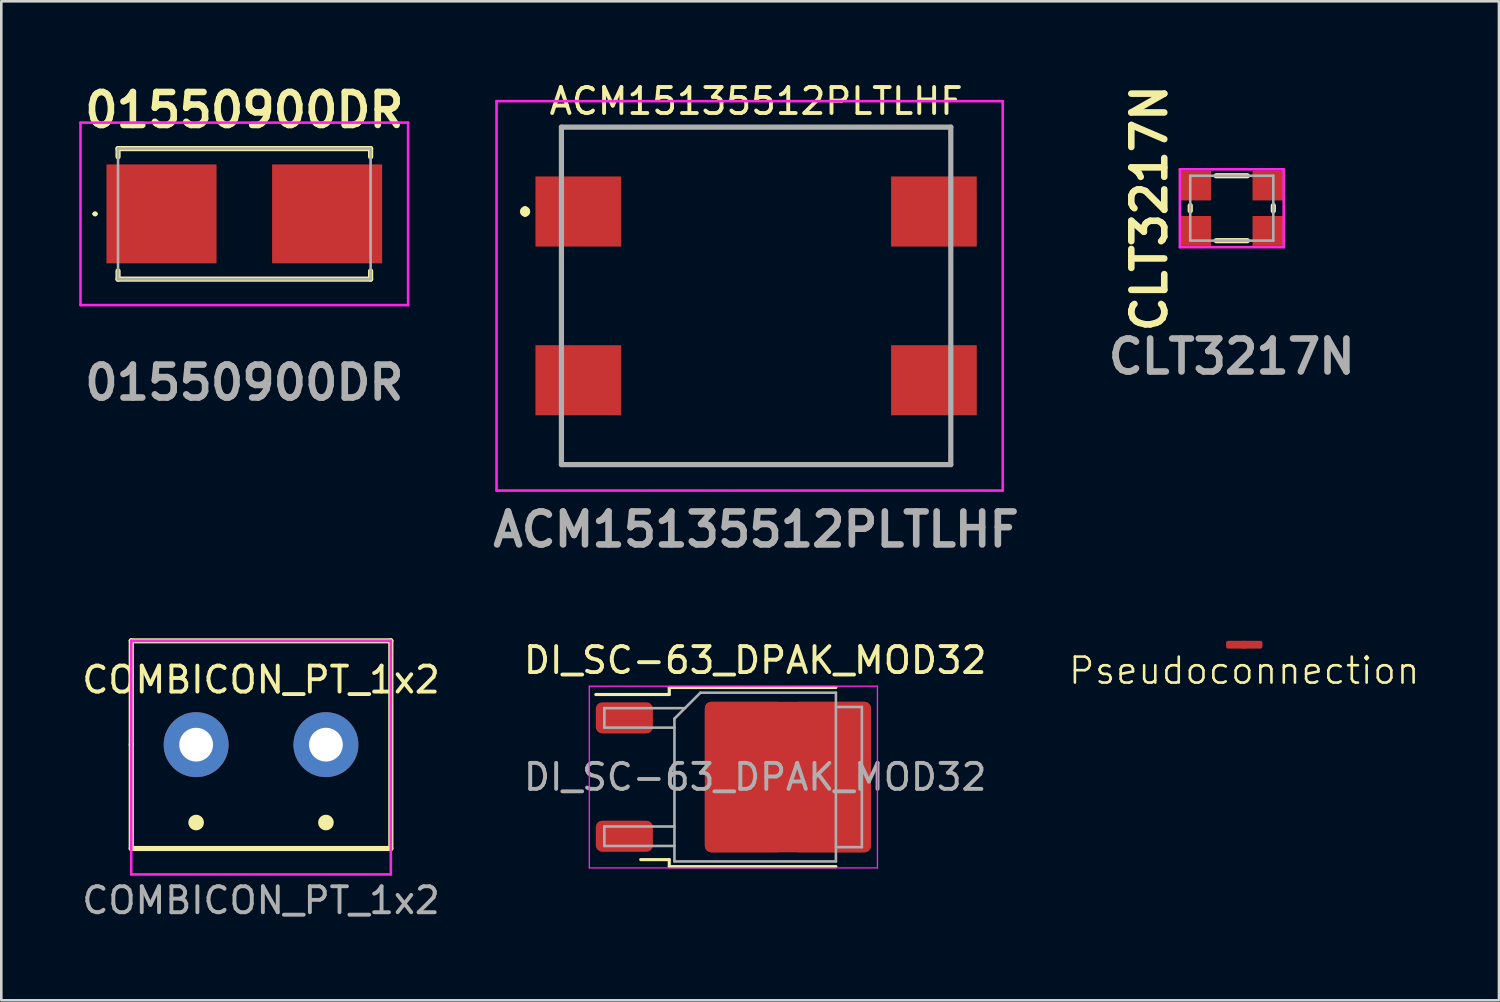
<source format=kicad_pcb>
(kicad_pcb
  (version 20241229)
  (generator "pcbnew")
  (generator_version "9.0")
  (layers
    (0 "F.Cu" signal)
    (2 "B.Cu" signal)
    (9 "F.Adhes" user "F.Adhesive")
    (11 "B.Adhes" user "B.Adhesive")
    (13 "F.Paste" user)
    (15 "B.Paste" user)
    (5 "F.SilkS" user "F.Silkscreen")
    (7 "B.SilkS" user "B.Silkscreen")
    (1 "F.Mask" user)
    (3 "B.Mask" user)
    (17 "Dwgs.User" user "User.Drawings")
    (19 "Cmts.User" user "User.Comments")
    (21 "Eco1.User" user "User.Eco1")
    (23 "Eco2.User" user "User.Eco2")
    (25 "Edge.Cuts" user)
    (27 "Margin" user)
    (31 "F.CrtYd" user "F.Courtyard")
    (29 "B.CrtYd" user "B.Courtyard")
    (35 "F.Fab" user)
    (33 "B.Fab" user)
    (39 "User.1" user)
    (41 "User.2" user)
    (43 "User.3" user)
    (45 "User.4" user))
  (footprint "ACM15135512PLTLHF"
    (layer "F.Cu")
    (at 26.078 8.348)
    (property "Reference" "ACM15135512PLTLHF" (at 0 -7.5 0) (layer "F.SilkS") (effects (font (size 1 1) (thickness 0.15))))
    (attr smd)
    (fp_line (start -8.9 -3.35) (end -8.9 -3.35) (stroke (width 0.2) (type solid)) (layer "F.SilkS"))
    (fp_line (start -8.9 -3.15) (end -8.9 -3.15) (stroke (width 0.2) (type solid)) (layer "F.SilkS"))
    (fp_line (start -7.5 -6.5) (end 7.5 -6.5) (stroke (width 0.15) (type solid)) (layer "F.SilkS"))
    (fp_line (start -7.5 -6) (end -7.5 -6.5) (stroke (width 0.15) (type solid)) (layer "F.SilkS"))
    (fp_line (start -7.5 6) (end -7.5 6.5) (stroke (width 0.15) (type solid)) (layer "F.SilkS"))
    (fp_line (start -7.5 6.5) (end 7.5 6.5) (stroke (width 0.15) (type solid)) (layer "F.SilkS"))
    (fp_line (start 7.5 -6.5) (end 7.5 -6) (stroke (width 0.15) (type solid)) (layer "F.SilkS"))
    (fp_line (start 7.5 6.5) (end 7.5 6) (stroke (width 0.15) (type solid)) (layer "F.SilkS"))
    (fp_arc (start -8.9 -3.35) (mid -8.8 -3.25) (end -8.9 -3.15) (stroke (width 0.2) (type solid)) (layer "F.SilkS"))
    (fp_arc (start -8.9 -3.15) (mid -9 -3.25) (end -8.9 -3.35) (stroke (width 0.2) (type solid)) (layer "F.SilkS"))
    (fp_line (start -10 -7.5) (end 9.5 -7.5) (stroke (width 0.1) (type solid)) (layer "F.CrtYd"))
    (fp_line (start -10 7.5) (end -10 -7.5) (stroke (width 0.1) (type solid)) (layer "F.CrtYd"))
    (fp_line (start 9.5 -7.5) (end 9.5 7.5) (stroke (width 0.1) (type solid)) (layer "F.CrtYd"))
    (fp_line (start 9.5 7.5) (end -10 7.5) (stroke (width 0.1) (type solid)) (layer "F.CrtYd"))
    (fp_line (start -7.5 -6.5) (end 7.5 -6.5) (stroke (width 0.2) (type solid)) (layer "F.Fab"))
    (fp_line (start -7.5 6.5) (end -7.5 -6.5) (stroke (width 0.2) (type solid)) (layer "F.Fab"))
    (fp_line (start 7.5 -6.5) (end 7.5 6.5) (stroke (width 0.2) (type solid)) (layer "F.Fab"))
    (fp_line (start 7.5 6.5) (end -7.5 6.5) (stroke (width 0.2) (type solid)) (layer "F.Fab"))
    (fp_text user "${REFERENCE}" (at 0 9 0) (layer "F.Fab") (effects (font (size 1.27 1.27) (thickness 0.254))))
    (pad "1" smd rect (at -6.85 -3.25 90) (size 2.7 3.3) (layers "F.Cu" "F.Mask" "F.Paste"))
    (pad "2" smd rect (at -6.85 3.25 90) (size 2.7 3.3) (layers "F.Cu" "F.Mask" "F.Paste"))
    (pad "3" smd rect (at 6.85 3.25 90) (size 2.7 3.3) (layers "F.Cu" "F.Mask" "F.Paste"))
    (pad "4" smd rect (at 6.85 -3.25 90) (size 2.7 3.3) (layers "F.Cu" "F.Mask" "F.Paste")))
  (footprint "Pseudoconnection"
    (layer "F.Cu")
    (at 44.883 21.787)
    (property "Reference" "Pseudoconnection" (at 0 1 0) (unlocked yes) (layer "F.SilkS") (effects (font (size 1 1) (thickness 0.1))))
    (pad "1" smd roundrect (at -0.6 0) (size 0.8 0.3) (drill (offset 0.3 0)) (layers "F.Cu") (roundrect_rratio 0.25))
    (pad "2" smd roundrect (at 0.6 0) (size 0.8 0.3) (drill (offset -0.3 0)) (layers "F.Cu") (roundrect_rratio 0.25)))
  (footprint "CLT3217N"
    (layer "F.Cu")
    (at 44.402 4.971)
    (property "Reference" "CLT3217N" (at -3.175 0 90) (layer "F.SilkS") (effects (font (size 1.27 1.27) (thickness 0.254))))
    (attr smd)
    (fp_line (start -1.6 -0.1) (end -1.6 0.1) (stroke (width 0.2) (type solid)) (layer "F.SilkS"))
    (fp_line (start -0.6 -1.25) (end 0.6 -1.25) (stroke (width 0.2) (type solid)) (layer "F.SilkS"))
    (fp_line (start -0.6 1.25) (end 0.6 1.25) (stroke (width 0.2) (type solid)) (layer "F.SilkS"))
    (fp_line (start 1.6 -0.1) (end 1.6 0.1) (stroke (width 0.2) (type solid)) (layer "F.SilkS"))
    (fp_line (start -2 -1.5) (end 2 -1.5) (stroke (width 0.1) (type solid)) (layer "F.CrtYd"))
    (fp_line (start -2 1.5) (end -2 -1.5) (stroke (width 0.1) (type solid)) (layer "F.CrtYd"))
    (fp_line (start 2 -1.5) (end 2 1.5) (stroke (width 0.1) (type solid)) (layer "F.CrtYd"))
    (fp_line (start 2 1.5) (end -2 1.5) (stroke (width 0.1) (type solid)) (layer "F.CrtYd"))
    (fp_line (start -1.6 -1.25) (end 1.6 -1.25) (stroke (width 0.1) (type solid)) (layer "F.Fab"))
    (fp_line (start -1.6 1.25) (end -1.6 -1.25) (stroke (width 0.1) (type solid)) (layer "F.Fab"))
    (fp_line (start 1.6 -1.25) (end 1.6 1.25) (stroke (width 0.1) (type solid)) (layer "F.Fab"))
    (fp_line (start 1.6 1.25) (end -1.6 1.25) (stroke (width 0.1) (type solid)) (layer "F.Fab"))
    (fp_text user "${REFERENCE}" (at 0 5.715 0) (layer "F.Fab") (effects (font (size 1.27 1.27) (thickness 0.254))))
    (pad "1" smd rect (at -1.4 0.875 90) (size 1.15 1.2) (layers "F.Cu" "F.Mask" "F.Paste"))
    (pad "2" smd rect (at -1.4 -0.875 90) (size 1.15 1.2) (layers "F.Cu" "F.Mask" "F.Paste"))
    (pad "3" smd rect (at 1.4 -0.875 90) (size 1.15 1.2) (layers "F.Cu" "F.Mask" "F.Paste"))
    (pad "4" smd rect (at 1.4 0.875 90) (size 1.15 1.2) (layers "F.Cu" "F.Mask" "F.Paste")))
  (footprint "01550900DR"
    (layer "F.Cu")
    (at 6.362 5.189)
    (property "Reference" "01550900DR" (at 0 -4 0) (layer "F.SilkS") (effects (font (size 1.27 1.27) (thickness 0.254))))
    (attr smd)
    (fp_line (start -5.8 0) (end -5.8 0) (stroke (width 0.1) (type solid)) (layer "F.SilkS"))
    (fp_line (start -5.7 0) (end -5.7 0) (stroke (width 0.1) (type solid)) (layer "F.SilkS"))
    (fp_line (start -4.865 -2.515) (end 4.865 -2.515) (stroke (width 0.2) (type solid)) (layer "F.SilkS"))
    (fp_line (start -4.865 -2.2) (end -4.865 -2.515) (stroke (width 0.2) (type solid)) (layer "F.SilkS"))
    (fp_line (start -4.865 2.515) (end -4.865 2.2) (stroke (width 0.2) (type solid)) (layer "F.SilkS"))
    (fp_line (start 4.865 -2.515) (end 4.865 -2.2) (stroke (width 0.2) (type solid)) (layer "F.SilkS"))
    (fp_line (start 4.865 2.2) (end 4.865 2.515) (stroke (width 0.2) (type solid)) (layer "F.SilkS"))
    (fp_line (start 4.865 2.515) (end -4.865 2.515) (stroke (width 0.2) (type solid)) (layer "F.SilkS"))
    (fp_arc (start -5.8 0) (mid -5.75 -0.05) (end -5.7 0) (stroke (width 0.1) (type solid)) (layer "F.SilkS"))
    (fp_arc (start -5.7 0) (mid -5.75 0.05) (end -5.8 0) (stroke (width 0.1) (type solid)) (layer "F.SilkS"))
    (fp_line (start -6.31 -3.515) (end 6.31 -3.515) (stroke (width 0.1) (type solid)) (layer "F.CrtYd"))
    (fp_line (start -6.31 3.515) (end -6.31 -3.515) (stroke (width 0.1) (type solid)) (layer "F.CrtYd"))
    (fp_line (start 6.31 -3.515) (end 6.31 3.515) (stroke (width 0.1) (type solid)) (layer "F.CrtYd"))
    (fp_line (start 6.31 3.515) (end -6.31 3.515) (stroke (width 0.1) (type solid)) (layer "F.CrtYd"))
    (fp_line (start -4.865 -2.515) (end 4.865 -2.515) (stroke (width 0.1) (type solid)) (layer "F.Fab"))
    (fp_line (start -4.865 2.515) (end -4.865 -2.515) (stroke (width 0.1) (type solid)) (layer "F.Fab"))
    (fp_line (start 4.865 -2.515) (end 4.865 2.515) (stroke (width 0.1) (type solid)) (layer "F.Fab"))
    (fp_line (start 4.865 2.515) (end -4.865 2.515) (stroke (width 0.1) (type solid)) (layer "F.Fab"))
    (fp_text user "${REFERENCE}" (at 0 6.5 0) (layer "F.Fab") (effects (font (size 1.27 1.27) (thickness 0.254))))
    (pad "1" smd rect (at -3.19 0 90) (size 3.81 4.24) (layers "F.Cu" "F.Mask" "F.Paste"))
    (pad "2" smd rect (at 3.19 0 90) (size 3.81 4.24) (layers "F.Cu" "F.Mask" "F.Paste")))
  (footprint "COMBICON_PT_1x2"
    (layer "F.Cu")
    (at 7.006 25.637)
    (property "Reference" "COMBICON_PT_1x2" (at 0 -2.5 0) (unlocked yes) (layer "F.SilkS") (effects (font (size 1 1) (thickness 0.15))))
    (attr through_hole)
    (fp_line (start -5 -4) (end 5 -4) (stroke (width 0.2) (type default)) (layer "F.SilkS"))
    (fp_line (start -5 0) (end -5 -4) (stroke (width 0.2) (type default)) (layer "F.SilkS"))
    (fp_line (start -5 4) (end -5 0) (stroke (width 0.2) (type default)) (layer "F.SilkS"))
    (fp_line (start 5 -4) (end 5 4) (stroke (width 0.2) (type default)) (layer "F.SilkS"))
    (fp_line (start 5 4) (end -5 4) (stroke (width 0.2) (type default)) (layer "F.SilkS"))
    (fp_circle (center -2.5 3) (end -2.25 3) (stroke (width 0.1) (type solid)) (fill yes) (layer "F.SilkS"))
    (fp_circle (center 2.5 3) (end 2.75 3) (stroke (width 0.1) (type solid)) (fill yes) (layer "F.SilkS"))
    (fp_line (start -5 -4) (end 5 -4) (stroke (width 0.1) (type default)) (layer "F.CrtYd"))
    (fp_line (start -5 5) (end -5 -4) (stroke (width 0.1) (type default)) (layer "F.CrtYd"))
    (fp_line (start 5 -4) (end 5 5) (stroke (width 0.1) (type default)) (layer "F.CrtYd"))
    (fp_line (start 5 5) (end -5 5) (stroke (width 0.1) (type default)) (layer "F.CrtYd"))
    (fp_text user "${REFERENCE}" (at 0 6 0) (unlocked yes) (layer "F.Fab") (effects (font (size 1 1) (thickness 0.15))))
    (pad "1" thru_hole circle (at -2.5 0) (size 2.5 2.5) (drill 1.3) (layers "*.Cu" "*.Mask"))
    (pad "2" thru_hole circle (at 2.5 0) (size 2.5 2.5) (drill 1.3) (layers "*.Cu" "*.Mask")))
  (footprint "DI_SC-63_DPAK_MOD32"
    (layer "F.Cu")
    (at 26.042 26.885)
    (property "Reference" "DI_SC-63_DPAK_MOD32" (at 0 -4.5 0) (layer "F.SilkS") (effects (font (size 1 1) (thickness 0.15))))
    (attr smd)
    (fp_line (start -3.31 -3.45) (end -3.31 -3.18) (stroke (width 0.12) (type solid)) (layer "F.SilkS"))
    (fp_line (start -3.31 -3.18) (end -6.14 -3.18) (stroke (width 0.12) (type solid)) (layer "F.SilkS"))
    (fp_line (start -3.31 3.18) (end -4.41 3.18) (stroke (width 0.12) (type solid)) (layer "F.SilkS"))
    (fp_line (start -3.31 3.45) (end -3.31 3.18) (stroke (width 0.12) (type solid)) (layer "F.SilkS"))
    (fp_line (start 3.11 -3.45) (end -3.31 -3.45) (stroke (width 0.12) (type solid)) (layer "F.SilkS"))
    (fp_line (start 3.11 3.45) (end -3.31 3.45) (stroke (width 0.12) (type solid)) (layer "F.SilkS"))
    (fp_line (start -6.39 -3.5) (end -6.39 3.5) (stroke (width 0.05) (type solid)) (layer "F.CrtYd"))
    (fp_line (start -6.39 3.5) (end 4.71 3.5) (stroke (width 0.05) (type solid)) (layer "F.CrtYd"))
    (fp_line (start 4.71 -3.5) (end -6.39 -3.5) (stroke (width 0.05) (type solid)) (layer "F.CrtYd"))
    (fp_line (start 4.71 3.5) (end 4.71 -3.5) (stroke (width 0.05) (type solid)) (layer "F.CrtYd"))
    (fp_line (start -5.81 -2.655) (end -5.81 -1.905) (stroke (width 0.1) (type solid)) (layer "F.Fab"))
    (fp_line (start -5.81 -1.905) (end -3.11 -1.905) (stroke (width 0.1) (type solid)) (layer "F.Fab"))
    (fp_line (start -5.81 1.905) (end -5.81 2.655) (stroke (width 0.1) (type solid)) (layer "F.Fab"))
    (fp_line (start -5.81 2.655) (end -3.11 2.655) (stroke (width 0.1) (type solid)) (layer "F.Fab"))
    (fp_line (start -3.11 -2.25) (end -2.11 -3.25) (stroke (width 0.1) (type solid)) (layer "F.Fab"))
    (fp_line (start -3.11 1.905) (end -5.81 1.905) (stroke (width 0.1) (type solid)) (layer "F.Fab"))
    (fp_line (start -3.11 3.25) (end -3.11 -2.25) (stroke (width 0.1) (type solid)) (layer "F.Fab"))
    (fp_line (start -2.705 -2.655) (end -5.81 -2.655) (stroke (width 0.1) (type solid)) (layer "F.Fab"))
    (fp_line (start -2.11 -3.25) (end 3.11 -3.25) (stroke (width 0.1) (type solid)) (layer "F.Fab"))
    (fp_line (start 3.11 -3.25) (end 3.11 3.25) (stroke (width 0.1) (type solid)) (layer "F.Fab"))
    (fp_line (start 3.11 -2.7) (end 4.11 -2.7) (stroke (width 0.1) (type solid)) (layer "F.Fab"))
    (fp_line (start 3.11 3.25) (end -3.11 3.25) (stroke (width 0.1) (type solid)) (layer "F.Fab"))
    (fp_line (start 4.11 -2.7) (end 4.11 2.7) (stroke (width 0.1) (type solid)) (layer "F.Fab"))
    (fp_line (start 4.11 2.7) (end 3.11 2.7) (stroke (width 0.1) (type solid)) (layer "F.Fab"))
    (fp_text user "${REFERENCE}" (at 0 0 0) (layer "F.Fab") (effects (font (size 1 1) (thickness 0.15))))
    (pad "1" smd roundrect (at -5.04 -2.28) (size 2.2 1.2) (layers "F.Cu" "F.Mask" "F.Paste") (roundrect_rratio 0.208))
    (pad "2" smd roundrect (at -5.04 2.28) (size 2.2 1.2) (layers "F.Cu" "F.Mask" "F.Paste") (roundrect_rratio 0.208))
    (pad "3" smd roundrect (at -0.415 -1.525) (size 3.05 2.75) (layers "F.Cu" "F.Paste") (roundrect_rratio 0.091))
    (pad "3" smd roundrect (at -0.415 1.525) (size 3.05 2.75) (layers "F.Cu" "F.Paste") (roundrect_rratio 0.091))
    (pad "3" smd roundrect (at 1.26 0) (size 6.4 5.8) (layers "F.Cu" "F.Mask") (roundrect_rratio 0.043))
    (pad "3" smd roundrect (at 2.935 -1.525) (size 3.05 2.75) (layers "F.Cu" "F.Paste") (roundrect_rratio 0.091))
    (pad "3" smd roundrect (at 2.935 1.525) (size 3.05 2.75) (layers "F.Cu" "F.Paste") (roundrect_rratio 0.091)))
  (gr_rect
    (start -3 -3)
    (end 54.695 35.485)
    (stroke (width 0.1) (type default))
    (fill no)
    (layer "Edge.Cuts")))
</source>
